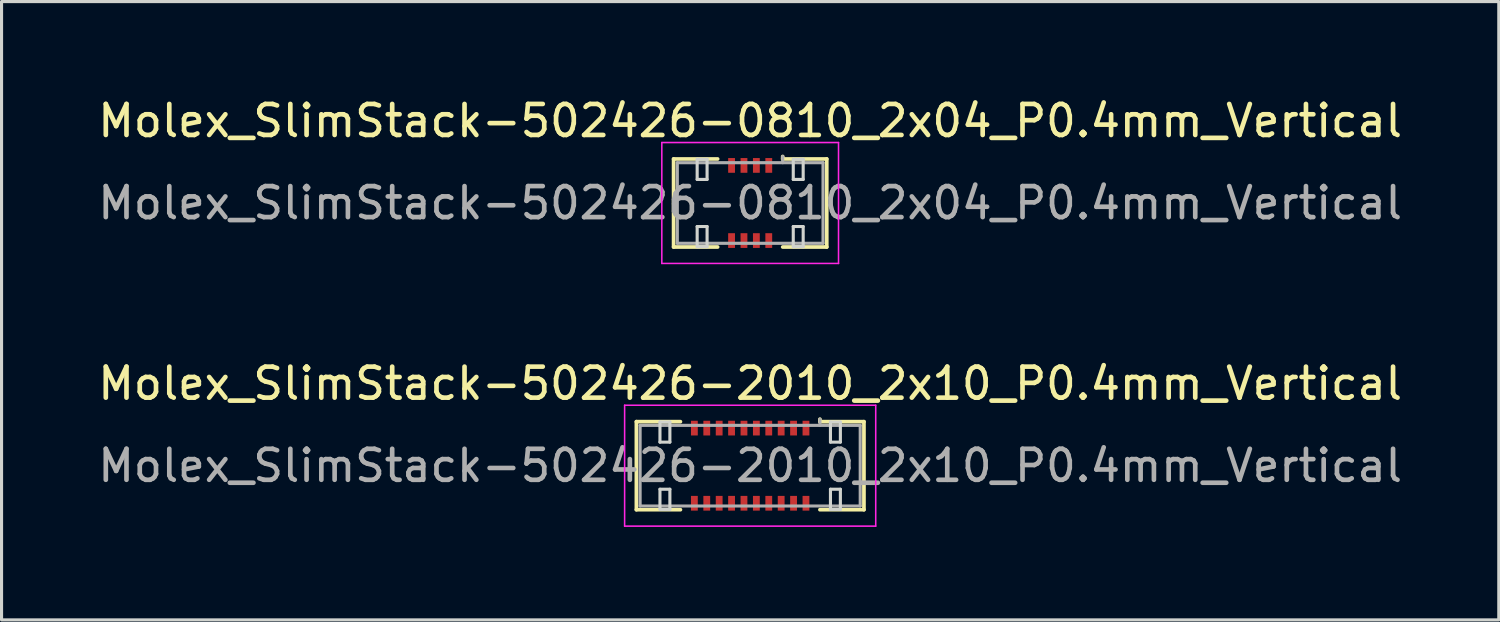
<source format=kicad_pcb>
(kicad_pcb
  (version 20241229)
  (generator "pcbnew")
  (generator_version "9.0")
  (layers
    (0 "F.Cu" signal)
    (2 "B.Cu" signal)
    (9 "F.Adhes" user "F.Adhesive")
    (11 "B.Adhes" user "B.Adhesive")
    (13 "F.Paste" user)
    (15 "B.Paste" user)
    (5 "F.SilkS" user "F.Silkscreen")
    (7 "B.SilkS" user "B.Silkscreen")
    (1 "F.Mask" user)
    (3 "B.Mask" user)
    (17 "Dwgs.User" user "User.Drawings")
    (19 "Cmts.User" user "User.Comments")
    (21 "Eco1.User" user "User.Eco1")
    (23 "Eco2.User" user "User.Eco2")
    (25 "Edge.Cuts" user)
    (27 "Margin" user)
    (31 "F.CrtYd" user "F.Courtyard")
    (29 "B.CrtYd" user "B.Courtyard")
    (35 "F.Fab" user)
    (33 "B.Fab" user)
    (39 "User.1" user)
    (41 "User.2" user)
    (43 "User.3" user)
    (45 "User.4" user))
  (footprint "Molex_SlimStack-502426-2010_2x10_P0.4mm_Vertical"
    (layer "F.Cu")
    (at 21.149 11.972)
    (property "Reference" "Molex_SlimStack-502426-2010_2x10_P0.4mm_Vertical" (at 0 -2.65 0) (layer "F.SilkS") (effects (font (size 1 1) (thickness 0.15))))
    (attr smd)
    (fp_line (start -3.67 -1.42) (end -2.25 -1.42) (stroke (width 0.12) (type solid)) (layer "F.SilkS"))
    (fp_line (start -3.67 1.42) (end -3.67 -1.42) (stroke (width 0.12) (type solid)) (layer "F.SilkS"))
    (fp_line (start -2.25 1.42) (end -3.67 1.42) (stroke (width 0.12) (type solid)) (layer "F.SilkS"))
    (fp_line (start 2.25 -1.42) (end 2.25 -1.5) (stroke (width 0.12) (type solid)) (layer "F.SilkS"))
    (fp_line (start 2.25 1.42) (end 3.67 1.42) (stroke (width 0.12) (type solid)) (layer "F.SilkS"))
    (fp_line (start 3.67 -1.42) (end 2.25 -1.42) (stroke (width 0.12) (type solid)) (layer "F.SilkS"))
    (fp_line (start 3.67 1.42) (end 3.67 -1.42) (stroke (width 0.12) (type solid)) (layer "F.SilkS"))
    (fp_line (start -2.91 -1.41) (end -2.91 -0.76) (stroke (width 0.1) (type solid)) (layer "Edge.Cuts"))
    (fp_line (start -2.91 -0.76) (end -2.59 -0.76) (stroke (width 0.1) (type solid)) (layer "Edge.Cuts"))
    (fp_line (start -2.91 0.76) (end -2.91 1.41) (stroke (width 0.1) (type solid)) (layer "Edge.Cuts"))
    (fp_line (start -2.91 1.41) (end -2.59 1.41) (stroke (width 0.1) (type solid)) (layer "Edge.Cuts"))
    (fp_line (start -2.59 -1.41) (end -2.91 -1.41) (stroke (width 0.1) (type solid)) (layer "Edge.Cuts"))
    (fp_line (start -2.59 -0.76) (end -2.59 -1.41) (stroke (width 0.1) (type solid)) (layer "Edge.Cuts"))
    (fp_line (start -2.59 0.76) (end -2.91 0.76) (stroke (width 0.1) (type solid)) (layer "Edge.Cuts"))
    (fp_line (start -2.59 1.41) (end -2.59 0.76) (stroke (width 0.1) (type solid)) (layer "Edge.Cuts"))
    (fp_line (start 2.59 -1.41) (end 2.59 -0.76) (stroke (width 0.1) (type solid)) (layer "Edge.Cuts"))
    (fp_line (start 2.59 -0.76) (end 2.91 -0.76) (stroke (width 0.1) (type solid)) (layer "Edge.Cuts"))
    (fp_line (start 2.59 0.76) (end 2.59 1.41) (stroke (width 0.1) (type solid)) (layer "Edge.Cuts"))
    (fp_line (start 2.59 1.41) (end 2.91 1.41) (stroke (width 0.1) (type solid)) (layer "Edge.Cuts"))
    (fp_line (start 2.91 -1.41) (end 2.59 -1.41) (stroke (width 0.1) (type solid)) (layer "Edge.Cuts"))
    (fp_line (start 2.91 -0.76) (end 2.91 -1.41) (stroke (width 0.1) (type solid)) (layer "Edge.Cuts"))
    (fp_line (start 2.91 0.76) (end 2.59 0.76) (stroke (width 0.1) (type solid)) (layer "Edge.Cuts"))
    (fp_line (start 2.91 1.41) (end 2.91 0.76) (stroke (width 0.1) (type solid)) (layer "Edge.Cuts"))
    (fp_line (start -4.05 -1.95) (end -4.05 1.95) (stroke (width 0.05) (type solid)) (layer "F.CrtYd"))
    (fp_line (start -4.05 1.95) (end 4.05 1.95) (stroke (width 0.05) (type solid)) (layer "F.CrtYd"))
    (fp_line (start 4.05 -1.95) (end -4.05 -1.95) (stroke (width 0.05) (type solid)) (layer "F.CrtYd"))
    (fp_line (start 4.05 1.95) (end 4.05 -1.95) (stroke (width 0.05) (type solid)) (layer "F.CrtYd"))
    (fp_line (start -3.55 -1.3) (end -3.55 1.3) (stroke (width 0.1) (type solid)) (layer "F.Fab"))
    (fp_line (start -3.55 1.3) (end 3.55 1.3) (stroke (width 0.1) (type solid)) (layer "F.Fab"))
    (fp_line (start 2.25 -1.3) (end 2.25 -1.5) (stroke (width 0.1) (type solid)) (layer "F.Fab"))
    (fp_line (start 3.55 -1.3) (end -3.55 -1.3) (stroke (width 0.1) (type solid)) (layer "F.Fab"))
    (fp_line (start 3.55 1.3) (end 3.55 -1.3) (stroke (width 0.1) (type solid)) (layer "F.Fab"))
    (fp_text user "${REFERENCE}" (at 0 0 0) (layer "F.Fab") (effects (font (size 1 1) (thickness 0.15))))
    (pad "1" smd rect (at 1.8 -1.212) (size 0.22 0.475) (layers "F.Cu" "F.Mask" "F.Paste"))
    (pad "2" smd rect (at 1.8 1.212) (size 0.22 0.475) (layers "F.Cu" "F.Mask" "F.Paste"))
    (pad "3" smd rect (at 1.4 -1.212) (size 0.22 0.475) (layers "F.Cu" "F.Mask" "F.Paste"))
    (pad "4" smd rect (at 1.4 1.212) (size 0.22 0.475) (layers "F.Cu" "F.Mask" "F.Paste"))
    (pad "5" smd rect (at 1 -1.212) (size 0.22 0.475) (layers "F.Cu" "F.Mask" "F.Paste"))
    (pad "6" smd rect (at 1 1.212) (size 0.22 0.475) (layers "F.Cu" "F.Mask" "F.Paste"))
    (pad "7" smd rect (at 0.6 -1.212) (size 0.22 0.475) (layers "F.Cu" "F.Mask" "F.Paste"))
    (pad "8" smd rect (at 0.6 1.212) (size 0.22 0.475) (layers "F.Cu" "F.Mask" "F.Paste"))
    (pad "9" smd rect (at 0.2 -1.212) (size 0.22 0.475) (layers "F.Cu" "F.Mask" "F.Paste"))
    (pad "10" smd rect (at 0.2 1.212) (size 0.22 0.475) (layers "F.Cu" "F.Mask" "F.Paste"))
    (pad "11" smd rect (at -0.2 -1.212) (size 0.22 0.475) (layers "F.Cu" "F.Mask" "F.Paste"))
    (pad "12" smd rect (at -0.2 1.212) (size 0.22 0.475) (layers "F.Cu" "F.Mask" "F.Paste"))
    (pad "13" smd rect (at -0.6 -1.212) (size 0.22 0.475) (layers "F.Cu" "F.Mask" "F.Paste"))
    (pad "14" smd rect (at -0.6 1.212) (size 0.22 0.475) (layers "F.Cu" "F.Mask" "F.Paste"))
    (pad "15" smd rect (at -1 -1.212) (size 0.22 0.475) (layers "F.Cu" "F.Mask" "F.Paste"))
    (pad "16" smd rect (at -1 1.212) (size 0.22 0.475) (layers "F.Cu" "F.Mask" "F.Paste"))
    (pad "17" smd rect (at -1.4 -1.212) (size 0.22 0.475) (layers "F.Cu" "F.Mask" "F.Paste"))
    (pad "18" smd rect (at -1.4 1.212) (size 0.22 0.475) (layers "F.Cu" "F.Mask" "F.Paste"))
    (pad "19" smd rect (at -1.8 -1.212) (size 0.22 0.475) (layers "F.Cu" "F.Mask" "F.Paste"))
    (pad "20" smd rect (at -1.8 1.212) (size 0.22 0.475) (layers "F.Cu" "F.Mask" "F.Paste")))
  (footprint "Molex_SlimStack-502426-0810_2x04_P0.4mm_Vertical"
    (layer "F.Cu")
    (at 21.149 3.498)
    (property "Reference" "Molex_SlimStack-502426-0810_2x04_P0.4mm_Vertical" (at 0 -2.65 0) (layer "F.SilkS") (effects (font (size 1 1) (thickness 0.15))))
    (attr smd)
    (fp_line (start -2.47 -1.42) (end -1.05 -1.42) (stroke (width 0.12) (type solid)) (layer "F.SilkS"))
    (fp_line (start -2.47 1.42) (end -2.47 -1.42) (stroke (width 0.12) (type solid)) (layer "F.SilkS"))
    (fp_line (start -1.05 1.42) (end -2.47 1.42) (stroke (width 0.12) (type solid)) (layer "F.SilkS"))
    (fp_line (start 1.05 -1.42) (end 1.05 -1.5) (stroke (width 0.12) (type solid)) (layer "F.SilkS"))
    (fp_line (start 1.05 1.42) (end 2.47 1.42) (stroke (width 0.12) (type solid)) (layer "F.SilkS"))
    (fp_line (start 2.47 -1.42) (end 1.05 -1.42) (stroke (width 0.12) (type solid)) (layer "F.SilkS"))
    (fp_line (start 2.47 1.42) (end 2.47 -1.42) (stroke (width 0.12) (type solid)) (layer "F.SilkS"))
    (fp_line (start -1.71 -1.41) (end -1.71 -0.76) (stroke (width 0.1) (type solid)) (layer "Edge.Cuts"))
    (fp_line (start -1.71 -0.76) (end -1.39 -0.76) (stroke (width 0.1) (type solid)) (layer "Edge.Cuts"))
    (fp_line (start -1.71 0.76) (end -1.71 1.41) (stroke (width 0.1) (type solid)) (layer "Edge.Cuts"))
    (fp_line (start -1.71 1.41) (end -1.39 1.41) (stroke (width 0.1) (type solid)) (layer "Edge.Cuts"))
    (fp_line (start -1.39 -1.41) (end -1.71 -1.41) (stroke (width 0.1) (type solid)) (layer "Edge.Cuts"))
    (fp_line (start -1.39 -0.76) (end -1.39 -1.41) (stroke (width 0.1) (type solid)) (layer "Edge.Cuts"))
    (fp_line (start -1.39 0.76) (end -1.71 0.76) (stroke (width 0.1) (type solid)) (layer "Edge.Cuts"))
    (fp_line (start -1.39 1.41) (end -1.39 0.76) (stroke (width 0.1) (type solid)) (layer "Edge.Cuts"))
    (fp_line (start 1.39 -1.41) (end 1.39 -0.76) (stroke (width 0.1) (type solid)) (layer "Edge.Cuts"))
    (fp_line (start 1.39 -0.76) (end 1.71 -0.76) (stroke (width 0.1) (type solid)) (layer "Edge.Cuts"))
    (fp_line (start 1.39 0.76) (end 1.39 1.41) (stroke (width 0.1) (type solid)) (layer "Edge.Cuts"))
    (fp_line (start 1.39 1.41) (end 1.71 1.41) (stroke (width 0.1) (type solid)) (layer "Edge.Cuts"))
    (fp_line (start 1.71 -1.41) (end 1.39 -1.41) (stroke (width 0.1) (type solid)) (layer "Edge.Cuts"))
    (fp_line (start 1.71 -0.76) (end 1.71 -1.41) (stroke (width 0.1) (type solid)) (layer "Edge.Cuts"))
    (fp_line (start 1.71 0.76) (end 1.39 0.76) (stroke (width 0.1) (type solid)) (layer "Edge.Cuts"))
    (fp_line (start 1.71 1.41) (end 1.71 0.76) (stroke (width 0.1) (type solid)) (layer "Edge.Cuts"))
    (fp_line (start -2.85 -1.95) (end -2.85 1.95) (stroke (width 0.05) (type solid)) (layer "F.CrtYd"))
    (fp_line (start -2.85 1.95) (end 2.85 1.95) (stroke (width 0.05) (type solid)) (layer "F.CrtYd"))
    (fp_line (start 2.85 -1.95) (end -2.85 -1.95) (stroke (width 0.05) (type solid)) (layer "F.CrtYd"))
    (fp_line (start 2.85 1.95) (end 2.85 -1.95) (stroke (width 0.05) (type solid)) (layer "F.CrtYd"))
    (fp_line (start -2.35 -1.3) (end -2.35 1.3) (stroke (width 0.1) (type solid)) (layer "F.Fab"))
    (fp_line (start -2.35 1.3) (end 2.35 1.3) (stroke (width 0.1) (type solid)) (layer "F.Fab"))
    (fp_line (start 1.05 -1.3) (end 1.05 -1.5) (stroke (width 0.1) (type solid)) (layer "F.Fab"))
    (fp_line (start 2.35 -1.3) (end -2.35 -1.3) (stroke (width 0.1) (type solid)) (layer "F.Fab"))
    (fp_line (start 2.35 1.3) (end 2.35 -1.3) (stroke (width 0.1) (type solid)) (layer "F.Fab"))
    (fp_text user "${REFERENCE}" (at 0 0 0) (layer "F.Fab") (effects (font (size 1 1) (thickness 0.15))))
    (pad "1" smd rect (at 0.6 -1.212) (size 0.22 0.475) (layers "F.Cu" "F.Mask" "F.Paste"))
    (pad "2" smd rect (at 0.6 1.212) (size 0.22 0.475) (layers "F.Cu" "F.Mask" "F.Paste"))
    (pad "3" smd rect (at 0.2 -1.212) (size 0.22 0.475) (layers "F.Cu" "F.Mask" "F.Paste"))
    (pad "4" smd rect (at 0.2 1.212) (size 0.22 0.475) (layers "F.Cu" "F.Mask" "F.Paste"))
    (pad "5" smd rect (at -0.2 -1.212) (size 0.22 0.475) (layers "F.Cu" "F.Mask" "F.Paste"))
    (pad "6" smd rect (at -0.2 1.212) (size 0.22 0.475) (layers "F.Cu" "F.Mask" "F.Paste"))
    (pad "7" smd rect (at -0.6 -1.212) (size 0.22 0.475) (layers "F.Cu" "F.Mask" "F.Paste"))
    (pad "8" smd rect (at -0.6 1.212) (size 0.22 0.475) (layers "F.Cu" "F.Mask" "F.Paste")))
  (gr_rect
    (start -3 -3)
    (end 45.298 16.947)
    (stroke (width 0.1) (type default))
    (fill no)
    (layer "Edge.Cuts")))
</source>
